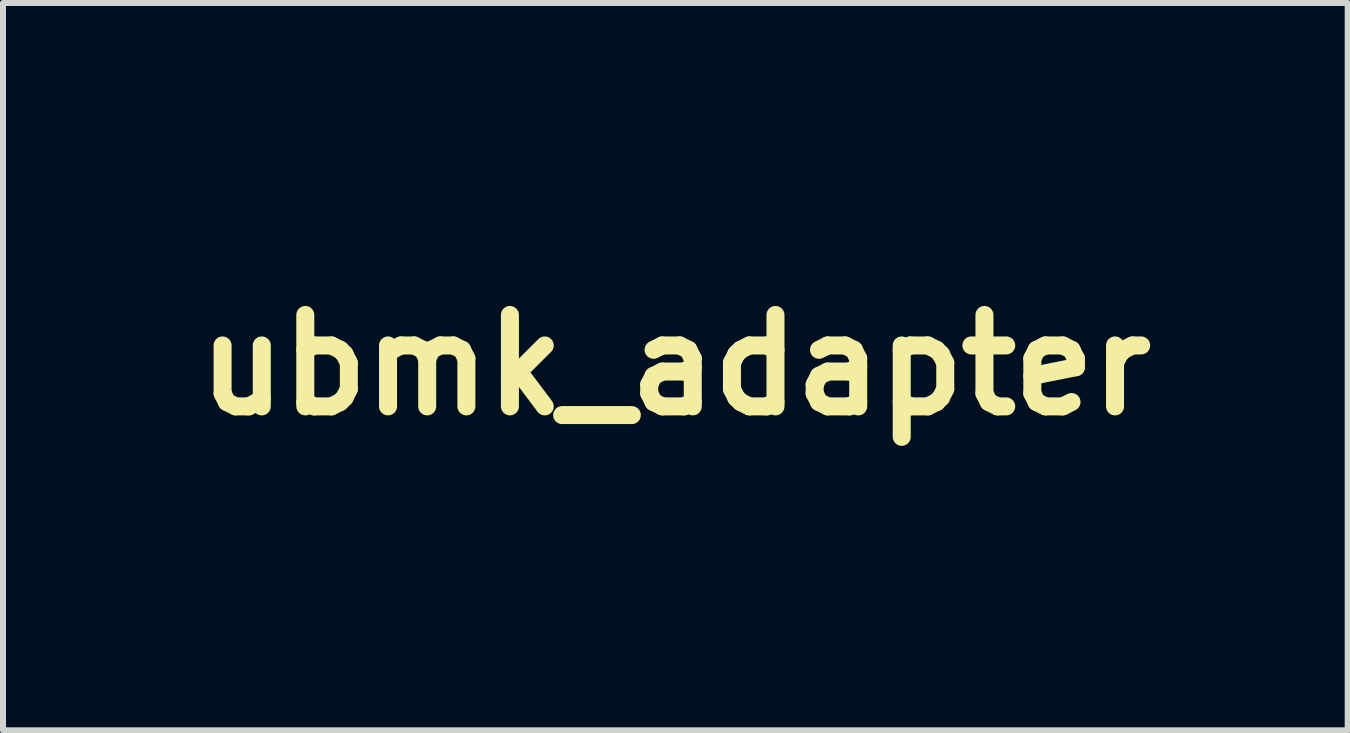
<source format=kicad_pcb>
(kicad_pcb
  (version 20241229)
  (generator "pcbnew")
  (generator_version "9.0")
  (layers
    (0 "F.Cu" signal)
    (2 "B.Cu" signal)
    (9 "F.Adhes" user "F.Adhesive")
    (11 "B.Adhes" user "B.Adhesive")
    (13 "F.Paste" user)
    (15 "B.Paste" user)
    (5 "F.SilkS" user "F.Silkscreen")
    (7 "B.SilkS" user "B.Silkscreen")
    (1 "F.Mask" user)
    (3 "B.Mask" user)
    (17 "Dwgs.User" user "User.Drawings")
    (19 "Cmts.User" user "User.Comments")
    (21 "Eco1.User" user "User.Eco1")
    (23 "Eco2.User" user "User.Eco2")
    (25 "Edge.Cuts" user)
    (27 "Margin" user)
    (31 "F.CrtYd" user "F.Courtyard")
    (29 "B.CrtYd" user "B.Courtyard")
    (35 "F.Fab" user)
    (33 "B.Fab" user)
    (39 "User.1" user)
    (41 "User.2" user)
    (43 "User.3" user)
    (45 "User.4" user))
  (footprint "ubmk_adapter"
    (layer "F.Cu")
    (at 8.208 3.035)
    (property "Reference" "ubmk_adapter" (at 0 0 0) (layer "F.SilkS") (effects (font (size 1.524 1.524) (thickness 0.3))))
    (attr through_hole)
    (fp_poly (pts (xy 1.553 -2.417) (xy 1.573 -2.398) (xy 1.582 -2.37) (xy 1.582 -2.365) (xy 1.574 -2.337) (xy 1.559 -2.321) (xy 1.531 -2.305) (xy 1.506 -2.306) (xy 1.481 -2.324) (xy 1.481 -2.324) (xy 1.463 -2.35) (xy 1.462 -2.375) (xy 1.477 -2.403) (xy 1.477 -2.403) (xy 1.501 -2.421) (xy 1.527 -2.425) (xy 1.553 -2.417)) (stroke (width 0.01) (type solid)) (fill yes) (layer "F.Mask"))
    (fp_poly (pts (xy 3.147 -2.359) (xy 3.17 -2.341) (xy 3.18 -2.32) (xy 3.185 -2.293) (xy 3.179 -2.266) (xy 3.178 -2.263) (xy 3.157 -2.233) (xy 3.13 -2.217) (xy 3.099 -2.216) (xy 3.067 -2.232) (xy 3.058 -2.24) (xy 3.038 -2.268) (xy 3.033 -2.295) (xy 3.045 -2.328) (xy 3.045 -2.328) (xy 3.061 -2.351) (xy 3.083 -2.362) (xy 3.113 -2.364) (xy 3.147 -2.359)) (stroke (width 0.01) (type solid)) (fill yes) (layer "F.Mask"))
    (fp_poly (pts (xy -0.237 -2.716) (xy -0.237 -2.642) (xy -0.237 -2.584) (xy -0.235 -2.54) (xy -0.231 -2.508) (xy -0.224 -2.486) (xy -0.213 -2.472) (xy -0.197 -2.464) (xy -0.175 -2.461) (xy -0.146 -2.461) (xy -0.114 -2.461) (xy -0.026 -2.461) (xy -0.026 -2.311) (xy -0.147 -2.312) (xy -0.194 -2.313) (xy -0.238 -2.316) (xy -0.273 -2.319) (xy -0.296 -2.322) (xy -0.299 -2.323) (xy -0.33 -2.339) (xy -0.363 -2.366) (xy -0.393 -2.398) (xy -0.414 -2.431) (xy -0.421 -2.448) (xy -0.424 -2.468) (xy -0.427 -2.504) (xy -0.429 -2.554) (xy -0.43 -2.615) (xy -0.431 -2.685) (xy -0.431 -2.709) (xy -0.431 -2.936) (xy -0.237 -2.936) (xy -0.237 -2.716)) (stroke (width 0.01) (type solid)) (fill yes) (layer "F.Mask"))
    (fp_poly (pts (xy 3.152 -2.613) (xy 3.183 -2.609) (xy 3.21 -2.601) (xy 3.243 -2.588) (xy 3.245 -2.587) (xy 3.303 -2.552) (xy 3.353 -2.508) (xy 3.389 -2.459) (xy 3.392 -2.453) (xy 3.406 -2.418) (xy 3.408 -2.392) (xy 3.397 -2.369) (xy 3.389 -2.359) (xy 3.362 -2.341) (xy 3.337 -2.341) (xy 3.312 -2.358) (xy 3.309 -2.362) (xy 3.273 -2.402) (xy 3.245 -2.431) (xy 3.224 -2.452) (xy 3.205 -2.465) (xy 3.186 -2.475) (xy 3.165 -2.482) (xy 3.163 -2.482) (xy 3.129 -2.491) (xy 3.102 -2.492) (xy 3.075 -2.487) (xy 3.047 -2.48) (xy 3.022 -2.474) (xy 3.017 -2.472) (xy 2.984 -2.471) (xy 2.957 -2.485) (xy 2.944 -2.505) (xy 2.939 -2.537) (xy 2.949 -2.564) (xy 2.974 -2.586) (xy 3.013 -2.602) (xy 3.065 -2.612) (xy 3.111 -2.614) (xy 3.152 -2.613)) (stroke (width 0.01) (type solid)) (fill yes) (layer "F.Mask"))
    (fp_poly (pts (xy -1.186 2.551) (xy -1.145 2.557) (xy -1.114 2.569) (xy -1.092 2.589) (xy -1.074 2.617) (xy -1.071 2.623) (xy -1.058 2.668) (xy -1.06 2.709) (xy -1.078 2.748) (xy -1.112 2.785) (xy -1.149 2.812) (xy -1.208 2.852) (xy -1.132 2.855) (xy -1.055 2.857) (xy -1.055 2.962) (xy -1.167 2.961) (xy -1.211 2.961) (xy -1.25 2.959) (xy -1.28 2.956) (xy -1.297 2.953) (xy -1.297 2.953) (xy -1.324 2.934) (xy -1.344 2.905) (xy -1.353 2.873) (xy -1.353 2.869) (xy -1.35 2.847) (xy -1.34 2.827) (xy -1.32 2.804) (xy -1.289 2.778) (xy -1.248 2.748) (xy -1.208 2.717) (xy -1.185 2.692) (xy -1.179 2.672) (xy -1.189 2.658) (xy -1.215 2.649) (xy -1.259 2.646) (xy -1.272 2.645) (xy -1.336 2.645) (xy -1.336 2.549) (xy -1.242 2.549) (xy -1.186 2.551)) (stroke (width 0.01) (type solid)) (fill yes) (layer "F.Mask"))
    (fp_poly (pts (xy -0.439 2.551) (xy -0.398 2.557) (xy -0.367 2.569) (xy -0.345 2.589) (xy -0.327 2.617) (xy -0.324 2.623) (xy -0.311 2.668) (xy -0.312 2.709) (xy -0.331 2.748) (xy -0.365 2.785) (xy -0.402 2.812) (xy -0.461 2.852) (xy -0.385 2.855) (xy -0.308 2.857) (xy -0.308 2.962) (xy -0.42 2.961) (xy -0.464 2.961) (xy -0.503 2.959) (xy -0.533 2.956) (xy -0.55 2.953) (xy -0.55 2.953) (xy -0.577 2.934) (xy -0.597 2.905) (xy -0.606 2.873) (xy -0.606 2.869) (xy -0.603 2.847) (xy -0.593 2.827) (xy -0.573 2.804) (xy -0.542 2.778) (xy -0.501 2.748) (xy -0.461 2.717) (xy -0.438 2.692) (xy -0.431 2.672) (xy -0.442 2.658) (xy -0.468 2.649) (xy -0.512 2.646) (xy -0.525 2.645) (xy -0.589 2.645) (xy -0.589 2.549) (xy -0.495 2.549) (xy -0.439 2.551)) (stroke (width 0.01) (type solid)) (fill yes) (layer "F.Mask"))
    (fp_poly (pts (xy 1.292 -2.723) (xy 1.334 -2.716) (xy 1.364 -2.704) (xy 1.387 -2.685) (xy 1.404 -2.657) (xy 1.407 -2.651) (xy 1.421 -2.606) (xy 1.419 -2.565) (xy 1.401 -2.526) (xy 1.366 -2.488) (xy 1.329 -2.461) (xy 1.27 -2.421) (xy 1.347 -2.419) (xy 1.424 -2.416) (xy 1.424 -2.311) (xy 1.312 -2.312) (xy 1.268 -2.313) (xy 1.228 -2.315) (xy 1.198 -2.317) (xy 1.182 -2.32) (xy 1.181 -2.32) (xy 1.155 -2.339) (xy 1.134 -2.368) (xy 1.125 -2.4) (xy 1.125 -2.404) (xy 1.128 -2.426) (xy 1.138 -2.447) (xy 1.158 -2.469) (xy 1.19 -2.495) (xy 1.23 -2.525) (xy 1.27 -2.556) (xy 1.293 -2.581) (xy 1.3 -2.601) (xy 1.29 -2.615) (xy 1.263 -2.624) (xy 1.219 -2.628) (xy 1.207 -2.628) (xy 1.143 -2.628) (xy 1.143 -2.725) (xy 1.236 -2.725) (xy 1.292 -2.723)) (stroke (width 0.01) (type solid)) (fill yes) (layer "F.Mask"))
    (fp_poly (pts (xy 1.245 2.651) (xy 1.281 2.664) (xy 1.321 2.693) (xy 1.35 2.731) (xy 1.365 2.776) (xy 1.368 2.824) (xy 1.357 2.872) (xy 1.331 2.916) (xy 1.326 2.922) (xy 1.294 2.949) (xy 1.256 2.964) (xy 1.216 2.968) (xy 1.18 2.961) (xy 1.159 2.947) (xy 1.151 2.941) (xy 1.146 2.942) (xy 1.144 2.953) (xy 1.143 2.975) (xy 1.143 3.009) (xy 1.143 3.085) (xy 1.027 3.085) (xy 1.03 2.915) (xy 1.032 2.808) (xy 1.143 2.808) (xy 1.15 2.835) (xy 1.168 2.854) (xy 1.192 2.863) (xy 1.217 2.86) (xy 1.235 2.847) (xy 1.248 2.823) (xy 1.249 2.795) (xy 1.24 2.769) (xy 1.222 2.749) (xy 1.198 2.742) (xy 1.18 2.749) (xy 1.162 2.767) (xy 1.147 2.789) (xy 1.143 2.808) (xy 1.032 2.808) (xy 1.033 2.745) (xy 1.058 2.712) (xy 1.095 2.677) (xy 1.141 2.655) (xy 1.193 2.646) (xy 1.245 2.651)) (stroke (width 0.01) (type solid)) (fill yes) (layer "F.Mask"))
    (fp_poly (pts (xy -3.269 -2.733) (xy -3.269 -2.66) (xy -3.268 -2.604) (xy -3.266 -2.56) (xy -3.262 -2.528) (xy -3.256 -2.504) (xy -3.247 -2.488) (xy -3.236 -2.477) (xy -3.22 -2.468) (xy -3.214 -2.465) (xy -3.176 -2.458) (xy -3.142 -2.467) (xy -3.116 -2.489) (xy -3.094 -2.515) (xy -3.094 -2.936) (xy -2.9 -2.936) (xy -2.9 -2.726) (xy -2.901 -2.649) (xy -2.902 -2.586) (xy -2.905 -2.537) (xy -2.909 -2.498) (xy -2.916 -2.467) (xy -2.925 -2.442) (xy -2.937 -2.42) (xy -2.953 -2.399) (xy -2.958 -2.392) (xy -2.997 -2.354) (xy -3.041 -2.328) (xy -3.094 -2.312) (xy -3.159 -2.306) (xy -3.164 -2.306) (xy -3.224 -2.306) (xy -3.27 -2.311) (xy -3.286 -2.315) (xy -3.346 -2.344) (xy -3.396 -2.386) (xy -3.435 -2.441) (xy -3.446 -2.465) (xy -3.451 -2.484) (xy -3.454 -2.519) (xy -3.457 -2.569) (xy -3.459 -2.637) (xy -3.461 -2.714) (xy -3.464 -2.936) (xy -3.269 -2.936) (xy -3.269 -2.733)) (stroke (width 0.01) (type solid)) (fill yes) (layer "F.Mask"))
    (fp_poly (pts (xy 3.219 -2.813) (xy 3.275 -2.799) (xy 3.331 -2.776) (xy 3.361 -2.761) (xy 3.411 -2.731) (xy 3.457 -2.694) (xy 3.5 -2.653) (xy 3.537 -2.611) (xy 3.566 -2.568) (xy 3.586 -2.527) (xy 3.595 -2.492) (xy 3.592 -2.463) (xy 3.588 -2.456) (xy 3.575 -2.444) (xy 3.556 -2.432) (xy 3.539 -2.426) (xy 3.536 -2.426) (xy 3.523 -2.43) (xy 3.509 -2.435) (xy 3.493 -2.448) (xy 3.477 -2.469) (xy 3.475 -2.471) (xy 3.431 -2.541) (xy 3.373 -2.6) (xy 3.305 -2.647) (xy 3.228 -2.68) (xy 3.224 -2.682) (xy 3.165 -2.694) (xy 3.101 -2.697) (xy 3.038 -2.692) (xy 2.983 -2.678) (xy 2.979 -2.677) (xy 2.941 -2.663) (xy 2.914 -2.657) (xy 2.894 -2.659) (xy 2.878 -2.668) (xy 2.87 -2.675) (xy 2.85 -2.703) (xy 2.847 -2.729) (xy 2.86 -2.753) (xy 2.887 -2.775) (xy 2.927 -2.793) (xy 2.979 -2.807) (xy 3.043 -2.816) (xy 3.085 -2.819) (xy 3.157 -2.819) (xy 3.219 -2.813)) (stroke (width 0.01) (type solid)) (fill yes) (layer "F.Mask"))
    (fp_poly (pts (xy 1.415 -0.993) (xy 1.481 -0.993) (xy 1.63 -1.265) (xy 1.786 -1.266) (xy 1.837 -1.265) (xy 1.88 -1.265) (xy 1.914 -1.264) (xy 1.936 -1.263) (xy 1.942 -1.261) (xy 1.938 -1.253) (xy 1.925 -1.232) (xy 1.906 -1.201) (xy 1.882 -1.162) (xy 1.854 -1.118) (xy 1.849 -1.11) (xy 1.821 -1.065) (xy 1.797 -1.026) (xy 1.779 -0.993) (xy 1.768 -0.971) (xy 1.764 -0.96) (xy 1.765 -0.96) (xy 1.791 -0.946) (xy 1.821 -0.923) (xy 1.849 -0.894) (xy 1.86 -0.881) (xy 1.877 -0.854) (xy 1.89 -0.823) (xy 1.899 -0.786) (xy 1.904 -0.738) (xy 1.907 -0.678) (xy 1.907 -0.637) (xy 1.907 -0.519) (xy 1.626 -0.519) (xy 1.626 -0.636) (xy 1.626 -0.685) (xy 1.625 -0.719) (xy 1.622 -0.742) (xy 1.618 -0.758) (xy 1.612 -0.77) (xy 1.608 -0.776) (xy 1.578 -0.8) (xy 1.535 -0.813) (xy 1.478 -0.816) (xy 1.472 -0.816) (xy 1.419 -0.813) (xy 1.417 -0.666) (xy 1.415 -0.519) (xy 1.143 -0.519) (xy 1.143 -1.573) (xy 1.415 -1.573) (xy 1.415 -0.993)) (stroke (width 0.01) (type solid)) (fill yes) (layer "F.Mask"))
    (fp_poly (pts (xy -1.757 -1.057) (xy -1.757 -0.975) (xy -1.755 -0.909) (xy -1.752 -0.86) (xy -1.749 -0.829) (xy -1.746 -0.818) (xy -1.725 -0.783) (xy -1.692 -0.76) (xy -1.656 -0.75) (xy -1.617 -0.752) (xy -1.584 -0.769) (xy -1.558 -0.799) (xy -1.552 -0.809) (xy -1.547 -0.819) (xy -1.544 -0.832) (xy -1.541 -0.85) (xy -1.54 -0.875) (xy -1.539 -0.91) (xy -1.538 -0.957) (xy -1.538 -1.019) (xy -1.538 -1.047) (xy -1.538 -1.266) (xy -1.266 -1.266) (xy -1.266 -1.017) (xy -1.266 -0.935) (xy -1.267 -0.869) (xy -1.268 -0.815) (xy -1.271 -0.773) (xy -1.276 -0.739) (xy -1.283 -0.712) (xy -1.292 -0.689) (xy -1.304 -0.667) (xy -1.318 -0.646) (xy -1.323 -0.639) (xy -1.372 -0.586) (xy -1.433 -0.545) (xy -1.475 -0.526) (xy -1.515 -0.516) (xy -1.567 -0.508) (xy -1.624 -0.504) (xy -1.681 -0.503) (xy -1.731 -0.507) (xy -1.762 -0.513) (xy -1.836 -0.54) (xy -1.901 -0.579) (xy -1.955 -0.629) (xy -1.996 -0.688) (xy -2.002 -0.701) (xy -2.026 -0.751) (xy -2.031 -1.266) (xy -1.758 -1.266) (xy -1.757 -1.057)) (stroke (width 0.01) (type solid)) (fill yes) (layer "F.Mask"))
    (fp_poly (pts (xy 0.606 2.645) (xy 0.508 2.647) (xy 0.409 2.65) (xy 0.409 2.672) (xy 0.41 2.683) (xy 0.415 2.69) (xy 0.427 2.694) (xy 0.451 2.696) (xy 0.48 2.698) (xy 0.519 2.702) (xy 0.545 2.707) (xy 0.566 2.716) (xy 0.583 2.727) (xy 0.611 2.759) (xy 0.627 2.797) (xy 0.629 2.839) (xy 0.62 2.88) (xy 0.598 2.915) (xy 0.566 2.942) (xy 0.553 2.948) (xy 0.529 2.955) (xy 0.497 2.959) (xy 0.452 2.961) (xy 0.409 2.962) (xy 0.299 2.962) (xy 0.299 2.865) (xy 0.39 2.865) (xy 0.435 2.865) (xy 0.464 2.863) (xy 0.483 2.859) (xy 0.495 2.852) (xy 0.496 2.851) (xy 0.508 2.834) (xy 0.504 2.82) (xy 0.484 2.81) (xy 0.447 2.802) (xy 0.421 2.799) (xy 0.383 2.793) (xy 0.349 2.783) (xy 0.335 2.777) (xy 0.305 2.749) (xy 0.288 2.713) (xy 0.282 2.673) (xy 0.289 2.633) (xy 0.307 2.596) (xy 0.336 2.568) (xy 0.338 2.567) (xy 0.352 2.559) (xy 0.368 2.554) (xy 0.39 2.551) (xy 0.42 2.549) (xy 0.464 2.549) (xy 0.487 2.549) (xy 0.606 2.549) (xy 0.606 2.645)) (stroke (width 0.01) (type solid)) (fill yes) (layer "F.Mask"))
    (fp_poly (pts (xy 0.892 2.658) (xy 0.902 2.663) (xy 0.929 2.678) (xy 0.949 2.696) (xy 0.954 2.702) (xy 0.968 2.732) (xy 0.978 2.768) (xy 0.981 2.802) (xy 0.979 2.817) (xy 0.976 2.827) (xy 0.97 2.833) (xy 0.959 2.837) (xy 0.938 2.838) (xy 0.904 2.839) (xy 0.882 2.839) (xy 0.845 2.839) (xy 0.815 2.841) (xy 0.796 2.844) (xy 0.791 2.846) (xy 0.797 2.86) (xy 0.817 2.869) (xy 0.851 2.873) (xy 0.881 2.874) (xy 0.949 2.874) (xy 0.949 2.962) (xy 0.877 2.961) (xy 0.837 2.96) (xy 0.8 2.956) (xy 0.772 2.95) (xy 0.769 2.949) (xy 0.729 2.926) (xy 0.697 2.892) (xy 0.676 2.851) (xy 0.672 2.833) (xy 0.672 2.78) (xy 0.677 2.762) (xy 0.785 2.762) (xy 0.786 2.771) (xy 0.801 2.776) (xy 0.832 2.777) (xy 0.859 2.777) (xy 0.873 2.775) (xy 0.875 2.77) (xy 0.869 2.759) (xy 0.868 2.758) (xy 0.847 2.739) (xy 0.822 2.736) (xy 0.799 2.747) (xy 0.785 2.762) (xy 0.677 2.762) (xy 0.686 2.734) (xy 0.713 2.696) (xy 0.749 2.667) (xy 0.793 2.65) (xy 0.841 2.647) (xy 0.892 2.658)) (stroke (width 0.01) (type solid)) (fill yes) (layer "F.Mask"))
    (fp_poly (pts (xy 3.171 -3.028) (xy 3.24 -3.022) (xy 3.298 -3.011) (xy 3.3 -3.01) (xy 3.36 -2.99) (xy 3.426 -2.96) (xy 3.492 -2.925) (xy 3.552 -2.886) (xy 3.58 -2.865) (xy 3.62 -2.83) (xy 3.66 -2.787) (xy 3.698 -2.742) (xy 3.732 -2.695) (xy 3.76 -2.651) (xy 3.779 -2.613) (xy 3.788 -2.582) (xy 3.788 -2.576) (xy 3.78 -2.55) (xy 3.761 -2.53) (xy 3.735 -2.519) (xy 3.708 -2.52) (xy 3.694 -2.527) (xy 3.68 -2.541) (xy 3.662 -2.566) (xy 3.646 -2.595) (xy 3.617 -2.64) (xy 3.576 -2.69) (xy 3.528 -2.739) (xy 3.478 -2.783) (xy 3.429 -2.818) (xy 3.406 -2.832) (xy 3.335 -2.865) (xy 3.27 -2.887) (xy 3.204 -2.899) (xy 3.131 -2.904) (xy 3.107 -2.904) (xy 3.059 -2.904) (xy 3.023 -2.902) (xy 2.992 -2.897) (xy 2.961 -2.889) (xy 2.925 -2.877) (xy 2.92 -2.876) (xy 2.872 -2.86) (xy 2.838 -2.851) (xy 2.814 -2.849) (xy 2.796 -2.853) (xy 2.781 -2.863) (xy 2.778 -2.867) (xy 2.761 -2.894) (xy 2.761 -2.92) (xy 2.778 -2.945) (xy 2.812 -2.968) (xy 2.861 -2.99) (xy 2.925 -3.009) (xy 2.972 -3.02) (xy 3.031 -3.028) (xy 3.099 -3.03) (xy 3.171 -3.028)) (stroke (width 0.01) (type solid)) (fill yes) (layer "F.Mask"))
    (fp_poly (pts (xy -0.861 -1.204) (xy -0.822 -1.234) (xy -0.771 -1.262) (xy -0.712 -1.278) (xy -0.647 -1.281) (xy -0.581 -1.272) (xy -0.516 -1.251) (xy -0.457 -1.218) (xy -0.431 -1.199) (xy -0.393 -1.158) (xy -0.359 -1.106) (xy -0.333 -1.049) (xy -0.321 -1.011) (xy -0.309 -0.924) (xy -0.313 -0.841) (xy -0.33 -0.763) (xy -0.362 -0.693) (xy -0.406 -0.631) (xy -0.461 -0.579) (xy -0.527 -0.539) (xy -0.603 -0.513) (xy -0.613 -0.511) (xy -0.662 -0.504) (xy -0.718 -0.502) (xy -0.776 -0.504) (xy -0.828 -0.51) (xy -0.852 -0.515) (xy -0.929 -0.544) (xy -0.995 -0.588) (xy -1.051 -0.645) (xy -1.095 -0.715) (xy -1.098 -0.721) (xy -1.129 -0.787) (xy -1.13 -0.888) (xy -0.853 -0.888) (xy -0.845 -0.838) (xy -0.825 -0.797) (xy -0.795 -0.767) (xy -0.757 -0.749) (xy -0.713 -0.745) (xy -0.667 -0.757) (xy -0.658 -0.761) (xy -0.628 -0.786) (xy -0.607 -0.821) (xy -0.595 -0.863) (xy -0.594 -0.907) (xy -0.604 -0.95) (xy -0.626 -0.987) (xy -0.632 -0.994) (xy -0.669 -1.02) (xy -0.709 -1.031) (xy -0.749 -1.029) (xy -0.786 -1.013) (xy -0.817 -0.987) (xy -0.84 -0.95) (xy -0.852 -0.905) (xy -0.853 -0.888) (xy -1.13 -0.888) (xy -1.132 -1.18) (xy -1.135 -1.573) (xy -0.861 -1.573) (xy -0.861 -1.204)) (stroke (width 0.01) (type solid)) (fill yes) (layer "F.Mask"))
    (fp_poly (pts (xy 1.059 -2.619) (xy 1.081 -2.618) (xy 1.09 -2.617) (xy 1.09 -2.617) (xy 1.087 -2.606) (xy 1.08 -2.583) (xy 1.069 -2.55) (xy 1.055 -2.511) (xy 1.041 -2.469) (xy 1.027 -2.428) (xy 1.014 -2.391) (xy 1.003 -2.362) (xy 0.996 -2.344) (xy 0.994 -2.34) (xy 0.978 -2.324) (xy 0.95 -2.31) (xy 0.92 -2.303) (xy 0.911 -2.303) (xy 0.889 -2.307) (xy 0.869 -2.316) (xy 0.85 -2.33) (xy 0.839 -2.344) (xy 0.835 -2.357) (xy 0.826 -2.382) (xy 0.814 -2.417) (xy 0.801 -2.456) (xy 0.786 -2.497) (xy 0.773 -2.537) (xy 0.761 -2.573) (xy 0.752 -2.599) (xy 0.748 -2.615) (xy 0.747 -2.617) (xy 0.755 -2.618) (xy 0.776 -2.619) (xy 0.806 -2.619) (xy 0.808 -2.619) (xy 0.841 -2.618) (xy 0.861 -2.616) (xy 0.87 -2.61) (xy 0.873 -2.604) (xy 0.877 -2.589) (xy 0.883 -2.561) (xy 0.891 -2.526) (xy 0.897 -2.502) (xy 0.905 -2.466) (xy 0.912 -2.439) (xy 0.918 -2.423) (xy 0.92 -2.42) (xy 0.924 -2.43) (xy 0.93 -2.453) (xy 0.937 -2.485) (xy 0.941 -2.502) (xy 0.949 -2.539) (xy 0.956 -2.572) (xy 0.961 -2.594) (xy 0.962 -2.599) (xy 0.966 -2.61) (xy 0.975 -2.616) (xy 0.992 -2.618) (xy 1.022 -2.619) (xy 1.028 -2.619) (xy 1.059 -2.619)) (stroke (width 0.01) (type solid)) (fill yes) (layer "F.Mask"))
    (fp_poly (pts (xy -1.435 -2.935) (xy -1.383 -2.935) (xy -1.344 -2.935) (xy -1.317 -2.933) (xy -1.297 -2.93) (xy -1.281 -2.925) (xy -1.265 -2.917) (xy -1.25 -2.909) (xy -1.205 -2.877) (xy -1.175 -2.839) (xy -1.158 -2.791) (xy -1.153 -2.747) (xy -1.153 -2.702) (xy -1.161 -2.664) (xy -1.177 -2.63) (xy -1.205 -2.598) (xy -1.244 -2.565) (xy -1.298 -2.528) (xy -1.308 -2.523) (xy -1.337 -2.504) (xy -1.358 -2.488) (xy -1.37 -2.478) (xy -1.371 -2.476) (xy -1.363 -2.474) (xy -1.34 -2.472) (xy -1.307 -2.47) (xy -1.265 -2.47) (xy -1.257 -2.47) (xy -1.143 -2.47) (xy -1.143 -2.311) (xy -1.316 -2.312) (xy -1.379 -2.312) (xy -1.426 -2.313) (xy -1.462 -2.315) (xy -1.487 -2.317) (xy -1.505 -2.321) (xy -1.519 -2.326) (xy -1.519 -2.326) (xy -1.556 -2.353) (xy -1.582 -2.39) (xy -1.596 -2.432) (xy -1.595 -2.476) (xy -1.592 -2.49) (xy -1.583 -2.509) (xy -1.569 -2.529) (xy -1.547 -2.551) (xy -1.515 -2.577) (xy -1.473 -2.609) (xy -1.434 -2.636) (xy -1.388 -2.67) (xy -1.357 -2.696) (xy -1.338 -2.717) (xy -1.33 -2.735) (xy -1.333 -2.75) (xy -1.34 -2.76) (xy -1.349 -2.767) (xy -1.36 -2.772) (xy -1.378 -2.775) (xy -1.405 -2.777) (xy -1.445 -2.777) (xy -1.465 -2.777) (xy -1.573 -2.777) (xy -1.573 -2.936) (xy -1.435 -2.935)) (stroke (width 0.01) (type solid)) (fill yes) (layer "F.Mask"))
    (fp_poly (pts (xy -1.965 -2.935) (xy -1.911 -2.935) (xy -1.87 -2.934) (xy -1.839 -2.933) (xy -1.816 -2.931) (xy -1.8 -2.927) (xy -1.787 -2.923) (xy -1.776 -2.918) (xy -1.733 -2.887) (xy -1.704 -2.846) (xy -1.69 -2.796) (xy -1.689 -2.79) (xy -1.688 -2.748) (xy -1.694 -2.715) (xy -1.708 -2.688) (xy -1.724 -2.667) (xy -1.751 -2.636) (xy -1.729 -2.619) (xy -1.702 -2.589) (xy -1.682 -2.548) (xy -1.671 -2.503) (xy -1.67 -2.482) (xy -1.679 -2.431) (xy -1.703 -2.384) (xy -1.744 -2.345) (xy -1.748 -2.343) (xy -1.786 -2.316) (xy -2.022 -2.313) (xy -2.259 -2.31) (xy -2.259 -2.558) (xy -2.057 -2.558) (xy -2.057 -2.46) (xy -1.967 -2.463) (xy -1.926 -2.464) (xy -1.9 -2.466) (xy -1.883 -2.469) (xy -1.873 -2.475) (xy -1.867 -2.485) (xy -1.864 -2.49) (xy -1.856 -2.507) (xy -1.857 -2.519) (xy -1.871 -2.533) (xy -1.875 -2.536) (xy -1.888 -2.547) (xy -1.903 -2.553) (xy -1.924 -2.556) (xy -1.955 -2.557) (xy -1.978 -2.558) (xy -2.057 -2.558) (xy -2.259 -2.558) (xy -2.259 -2.786) (xy -2.057 -2.786) (xy -2.057 -2.698) (xy -1.985 -2.698) (xy -1.945 -2.699) (xy -1.918 -2.703) (xy -1.901 -2.709) (xy -1.897 -2.713) (xy -1.882 -2.734) (xy -1.886 -2.756) (xy -1.895 -2.77) (xy -1.906 -2.778) (xy -1.923 -2.783) (xy -1.949 -2.786) (xy -1.983 -2.786) (xy -2.057 -2.786) (xy -2.259 -2.786) (xy -2.259 -2.936) (xy -2.034 -2.936) (xy -1.965 -2.935)) (stroke (width 0.01) (type solid)) (fill yes) (layer "F.Mask"))
    (fp_poly (pts (xy -0.787 -2.935) (xy -0.733 -2.935) (xy -0.692 -2.934) (xy -0.661 -2.933) (xy -0.639 -2.931) (xy -0.622 -2.927) (xy -0.609 -2.923) (xy -0.598 -2.918) (xy -0.555 -2.887) (xy -0.526 -2.846) (xy -0.512 -2.796) (xy -0.512 -2.79) (xy -0.51 -2.748) (xy -0.516 -2.715) (xy -0.53 -2.688) (xy -0.546 -2.667) (xy -0.573 -2.636) (xy -0.551 -2.619) (xy -0.525 -2.589) (xy -0.505 -2.548) (xy -0.494 -2.503) (xy -0.492 -2.482) (xy -0.501 -2.431) (xy -0.526 -2.384) (xy -0.566 -2.345) (xy -0.57 -2.343) (xy -0.608 -2.316) (xy -0.844 -2.313) (xy -1.081 -2.31) (xy -1.081 -2.558) (xy -0.879 -2.558) (xy -0.879 -2.46) (xy -0.789 -2.463) (xy -0.749 -2.464) (xy -0.722 -2.466) (xy -0.706 -2.469) (xy -0.696 -2.475) (xy -0.689 -2.485) (xy -0.686 -2.49) (xy -0.678 -2.507) (xy -0.68 -2.519) (xy -0.693 -2.533) (xy -0.697 -2.536) (xy -0.711 -2.547) (xy -0.726 -2.553) (xy -0.746 -2.556) (xy -0.777 -2.557) (xy -0.8 -2.558) (xy -0.879 -2.558) (xy -1.081 -2.558) (xy -1.081 -2.786) (xy -0.879 -2.786) (xy -0.879 -2.698) (xy -0.807 -2.698) (xy -0.767 -2.699) (xy -0.74 -2.703) (xy -0.724 -2.709) (xy -0.719 -2.713) (xy -0.705 -2.734) (xy -0.708 -2.756) (xy -0.718 -2.77) (xy -0.728 -2.778) (xy -0.745 -2.783) (xy -0.771 -2.786) (xy -0.806 -2.786) (xy -0.879 -2.786) (xy -1.081 -2.786) (xy -1.081 -2.936) (xy -0.857 -2.936) (xy -0.787 -2.935)) (stroke (width 0.01) (type solid)) (fill yes) (layer "F.Mask"))
    (fp_poly (pts (xy 0.492 -2.786) (xy 0.362 -2.786) (xy 0.307 -2.786) (xy 0.267 -2.784) (xy 0.24 -2.781) (xy 0.223 -2.775) (xy 0.214 -2.766) (xy 0.211 -2.753) (xy 0.211 -2.746) (xy 0.213 -2.73) (xy 0.222 -2.718) (xy 0.239 -2.71) (xy 0.267 -2.704) (xy 0.309 -2.701) (xy 0.353 -2.7) (xy 0.466 -2.696) (xy 0.466 -2.549) (xy 0.349 -2.549) (xy 0.297 -2.548) (xy 0.259 -2.546) (xy 0.235 -2.542) (xy 0.22 -2.535) (xy 0.213 -2.525) (xy 0.211 -2.51) (xy 0.211 -2.508) (xy 0.214 -2.491) (xy 0.224 -2.478) (xy 0.242 -2.47) (xy 0.273 -2.464) (xy 0.316 -2.462) (xy 0.371 -2.461) (xy 0.492 -2.461) (xy 0.492 -2.311) (xy 0.327 -2.311) (xy 0.269 -2.312) (xy 0.225 -2.312) (xy 0.193 -2.313) (xy 0.17 -2.316) (xy 0.152 -2.319) (xy 0.136 -2.325) (xy 0.12 -2.332) (xy 0.117 -2.334) (xy 0.07 -2.366) (xy 0.038 -2.407) (xy 0.022 -2.457) (xy 0.019 -2.474) (xy 0.022 -2.531) (xy 0.038 -2.579) (xy 0.061 -2.61) (xy 0.076 -2.628) (xy 0.079 -2.638) (xy 0.073 -2.647) (xy 0.049 -2.677) (xy 0.033 -2.718) (xy 0.028 -2.764) (xy 0.028 -2.778) (xy 0.039 -2.83) (xy 0.063 -2.873) (xy 0.103 -2.906) (xy 0.115 -2.913) (xy 0.13 -2.921) (xy 0.144 -2.927) (xy 0.16 -2.931) (xy 0.181 -2.933) (xy 0.21 -2.935) (xy 0.25 -2.935) (xy 0.304 -2.935) (xy 0.324 -2.936) (xy 0.492 -2.936) (xy 0.492 -2.786)) (stroke (width 0.01) (type solid)) (fill yes) (layer "F.Mask"))
    (fp_poly (pts (xy -0.778 2.547) (xy -0.734 2.566) (xy -0.699 2.596) (xy -0.693 2.604) (xy -0.685 2.616) (xy -0.679 2.63) (xy -0.675 2.647) (xy -0.673 2.673) (xy -0.672 2.709) (xy -0.672 2.752) (xy -0.672 2.8) (xy -0.673 2.834) (xy -0.675 2.857) (xy -0.679 2.874) (xy -0.685 2.887) (xy -0.694 2.899) (xy -0.696 2.902) (xy -0.72 2.926) (xy -0.748 2.946) (xy -0.753 2.949) (xy -0.79 2.961) (xy -0.834 2.967) (xy -0.876 2.967) (xy -0.899 2.962) (xy -0.937 2.943) (xy -0.971 2.915) (xy -0.995 2.882) (xy -0.996 2.88) (xy -1.003 2.859) (xy -1.008 2.83) (xy -1.01 2.79) (xy -1.011 2.753) (xy -0.896 2.753) (xy -0.896 2.789) (xy -0.893 2.812) (xy -0.888 2.828) (xy -0.877 2.841) (xy -0.875 2.844) (xy -0.856 2.858) (xy -0.84 2.865) (xy -0.839 2.865) (xy -0.824 2.859) (xy -0.805 2.845) (xy -0.804 2.844) (xy -0.793 2.831) (xy -0.786 2.816) (xy -0.783 2.795) (xy -0.782 2.761) (xy -0.782 2.753) (xy -0.784 2.706) (xy -0.791 2.675) (xy -0.804 2.655) (xy -0.824 2.647) (xy -0.839 2.645) (xy -0.864 2.649) (xy -0.881 2.662) (xy -0.891 2.687) (xy -0.896 2.725) (xy -0.896 2.753) (xy -1.011 2.753) (xy -1.011 2.75) (xy -1.01 2.704) (xy -1.008 2.672) (xy -1.005 2.649) (xy -0.999 2.631) (xy -0.991 2.615) (xy -0.961 2.58) (xy -0.922 2.556) (xy -0.875 2.542) (xy -0.826 2.539) (xy -0.778 2.547)) (stroke (width 0.01) (type solid)) (fill yes) (layer "F.Mask"))
    (fp_poly (pts (xy -0.03 2.547) (xy 0.013 2.566) (xy 0.049 2.596) (xy 0.054 2.604) (xy 0.062 2.616) (xy 0.068 2.63) (xy 0.072 2.647) (xy 0.074 2.673) (xy 0.075 2.709) (xy 0.075 2.752) (xy 0.075 2.8) (xy 0.074 2.834) (xy 0.072 2.857) (xy 0.068 2.874) (xy 0.062 2.887) (xy 0.053 2.899) (xy 0.051 2.902) (xy 0.027 2.926) (xy -0.001 2.946) (xy -0.006 2.949) (xy -0.043 2.961) (xy -0.087 2.967) (xy -0.129 2.967) (xy -0.152 2.962) (xy -0.19 2.943) (xy -0.224 2.915) (xy -0.248 2.882) (xy -0.249 2.88) (xy -0.256 2.859) (xy -0.261 2.83) (xy -0.263 2.79) (xy -0.263 2.753) (xy -0.149 2.753) (xy -0.149 2.789) (xy -0.146 2.812) (xy -0.14 2.828) (xy -0.13 2.841) (xy -0.128 2.844) (xy -0.109 2.858) (xy -0.093 2.865) (xy -0.092 2.865) (xy -0.077 2.859) (xy -0.058 2.845) (xy -0.057 2.844) (xy -0.046 2.831) (xy -0.039 2.816) (xy -0.036 2.795) (xy -0.035 2.761) (xy -0.035 2.753) (xy -0.037 2.706) (xy -0.044 2.675) (xy -0.057 2.655) (xy -0.077 2.647) (xy -0.092 2.645) (xy -0.117 2.649) (xy -0.134 2.662) (xy -0.144 2.687) (xy -0.149 2.725) (xy -0.149 2.753) (xy -0.263 2.753) (xy -0.264 2.75) (xy -0.263 2.704) (xy -0.261 2.672) (xy -0.258 2.649) (xy -0.252 2.631) (xy -0.244 2.615) (xy -0.214 2.58) (xy -0.175 2.556) (xy -0.128 2.542) (xy -0.079 2.539) (xy -0.03 2.547)) (stroke (width 0.01) (type solid)) (fill yes) (layer "F.Mask"))
    (fp_poly (pts (xy 1.868 -2.726) (xy 1.912 -2.707) (xy 1.947 -2.677) (xy 1.953 -2.67) (xy 1.961 -2.657) (xy 1.967 -2.644) (xy 1.97 -2.626) (xy 1.972 -2.601) (xy 1.973 -2.564) (xy 1.973 -2.522) (xy 1.973 -2.474) (xy 1.972 -2.44) (xy 1.97 -2.416) (xy 1.966 -2.4) (xy 1.96 -2.387) (xy 1.951 -2.374) (xy 1.949 -2.371) (xy 1.926 -2.347) (xy 1.898 -2.327) (xy 1.892 -2.324) (xy 1.855 -2.312) (xy 1.811 -2.306) (xy 1.769 -2.307) (xy 1.746 -2.311) (xy 1.708 -2.33) (xy 1.674 -2.359) (xy 1.65 -2.392) (xy 1.649 -2.394) (xy 1.642 -2.414) (xy 1.638 -2.443) (xy 1.635 -2.483) (xy 1.635 -2.52) (xy 1.749 -2.52) (xy 1.75 -2.484) (xy 1.752 -2.461) (xy 1.758 -2.445) (xy 1.768 -2.432) (xy 1.771 -2.43) (xy 1.789 -2.415) (xy 1.805 -2.408) (xy 1.806 -2.408) (xy 1.822 -2.414) (xy 1.84 -2.428) (xy 1.842 -2.43) (xy 1.853 -2.443) (xy 1.859 -2.457) (xy 1.862 -2.479) (xy 1.863 -2.512) (xy 1.863 -2.52) (xy 1.861 -2.567) (xy 1.854 -2.599) (xy 1.841 -2.618) (xy 1.821 -2.627) (xy 1.806 -2.628) (xy 1.781 -2.624) (xy 1.764 -2.611) (xy 1.754 -2.586) (xy 1.75 -2.548) (xy 1.749 -2.52) (xy 1.635 -2.52) (xy 1.635 -2.524) (xy 1.635 -2.569) (xy 1.637 -2.601) (xy 1.641 -2.624) (xy 1.647 -2.643) (xy 1.655 -2.658) (xy 1.684 -2.693) (xy 1.724 -2.717) (xy 1.77 -2.731) (xy 1.82 -2.734) (xy 1.868 -2.726)) (stroke (width 0.01) (type solid)) (fill yes) (layer "F.Mask"))
    (fp_poly (pts (xy -2.355 -2.786) (xy -2.491 -2.786) (xy -2.545 -2.786) (xy -2.584 -2.785) (xy -2.61 -2.783) (xy -2.627 -2.779) (xy -2.638 -2.775) (xy -2.64 -2.772) (xy -2.652 -2.756) (xy -2.65 -2.741) (xy -2.637 -2.725) (xy -2.625 -2.716) (xy -2.61 -2.711) (xy -2.586 -2.708) (xy -2.55 -2.707) (xy -2.542 -2.707) (xy -2.501 -2.706) (xy -2.471 -2.703) (xy -2.447 -2.696) (xy -2.421 -2.685) (xy -2.416 -2.683) (xy -2.37 -2.652) (xy -2.343 -2.621) (xy -2.328 -2.598) (xy -2.32 -2.575) (xy -2.317 -2.547) (xy -2.317 -2.525) (xy -2.32 -2.469) (xy -2.332 -2.425) (xy -2.353 -2.388) (xy -2.366 -2.374) (xy -2.385 -2.356) (xy -2.402 -2.342) (xy -2.42 -2.331) (xy -2.443 -2.324) (xy -2.472 -2.319) (xy -2.51 -2.316) (xy -2.56 -2.314) (xy -2.625 -2.313) (xy -2.63 -2.313) (xy -2.812 -2.31) (xy -2.812 -2.461) (xy -2.678 -2.461) (xy -2.617 -2.462) (xy -2.572 -2.464) (xy -2.54 -2.468) (xy -2.52 -2.476) (xy -2.509 -2.487) (xy -2.506 -2.502) (xy -2.507 -2.512) (xy -2.514 -2.532) (xy -2.533 -2.546) (xy -2.565 -2.554) (xy -2.611 -2.557) (xy -2.624 -2.557) (xy -2.691 -2.564) (xy -2.746 -2.582) (xy -2.789 -2.612) (xy -2.819 -2.653) (xy -2.835 -2.705) (xy -2.837 -2.724) (xy -2.835 -2.782) (xy -2.82 -2.831) (xy -2.793 -2.871) (xy -2.773 -2.892) (xy -2.754 -2.907) (xy -2.733 -2.919) (xy -2.708 -2.927) (xy -2.674 -2.932) (xy -2.63 -2.934) (xy -2.573 -2.935) (xy -2.527 -2.936) (xy -2.355 -2.936) (xy -2.355 -2.786)) (stroke (width 0.01) (type solid)) (fill yes) (layer "F.Mask"))
    (fp_poly (pts (xy -2.607 -1.482) (xy -2.571 -1.459) (xy -2.543 -1.431) (xy -2.54 -1.427) (xy -2.518 -1.394) (xy -2.515 -1.031) (xy -2.515 -0.929) (xy -2.515 -0.84) (xy -2.516 -0.767) (xy -2.517 -0.708) (xy -2.519 -0.666) (xy -2.521 -0.64) (xy -2.522 -0.634) (xy -2.543 -0.587) (xy -2.577 -0.551) (xy -2.602 -0.536) (xy -2.611 -0.532) (xy -2.621 -0.528) (xy -2.634 -0.525) (xy -2.652 -0.523) (xy -2.675 -0.521) (xy -2.707 -0.52) (xy -2.748 -0.519) (xy -2.801 -0.519) (xy -2.867 -0.519) (xy -2.947 -0.519) (xy -3.008 -0.519) (xy -3.099 -0.519) (xy -3.174 -0.519) (xy -3.235 -0.519) (xy -3.284 -0.52) (xy -3.321 -0.521) (xy -3.35 -0.522) (xy -3.371 -0.524) (xy -3.387 -0.526) (xy -3.398 -0.529) (xy -3.407 -0.533) (xy -3.41 -0.535) (xy -3.435 -0.552) (xy -3.46 -0.576) (xy -3.467 -0.584) (xy -3.494 -0.617) (xy -3.496 -0.994) (xy -3.497 -1.086) (xy -3.497 -1.162) (xy -3.497 -1.178) (xy -3.182 -1.178) (xy -3.182 -1.012) (xy -3.181 -0.96) (xy -3.18 -0.914) (xy -3.179 -0.877) (xy -3.178 -0.851) (xy -3.176 -0.841) (xy -3.176 -0.841) (xy -3.165 -0.839) (xy -3.141 -0.837) (xy -3.104 -0.836) (xy -3.058 -0.835) (xy -3.006 -0.835) (xy -2.839 -0.835) (xy -2.839 -1.178) (xy -3.182 -1.178) (xy -3.497 -1.178) (xy -3.497 -1.224) (xy -3.497 -1.273) (xy -3.496 -1.311) (xy -3.495 -1.341) (xy -3.493 -1.363) (xy -3.491 -1.38) (xy -3.488 -1.393) (xy -3.484 -1.403) (xy -3.481 -1.41) (xy -3.454 -1.451) (xy -3.427 -1.474) (xy -3.389 -1.499) (xy -3.02 -1.501) (xy -2.652 -1.504) (xy -2.607 -1.482)) (stroke (width 0.01) (type solid)) (fill yes) (layer "F.Mask"))
    (fp_poly (pts (xy 0.947 -0.297) (xy 0.974 -0.274) (xy 0.996 -0.247) (xy 1.002 -0.238) (xy 1.006 -0.229) (xy 1.01 -0.218) (xy 1.013 -0.206) (xy 1.015 -0.189) (xy 1.016 -0.166) (xy 1.018 -0.135) (xy 1.019 -0.095) (xy 1.019 -0.044) (xy 1.019 0.02) (xy 1.019 0.099) (xy 1.02 0.172) (xy 1.019 0.263) (xy 1.019 0.338) (xy 1.019 0.399) (xy 1.019 0.447) (xy 1.018 0.485) (xy 1.016 0.514) (xy 1.015 0.535) (xy 1.012 0.55) (xy 1.009 0.562) (xy 1.006 0.571) (xy 1.001 0.58) (xy 1 0.582) (xy 0.978 0.61) (xy 0.95 0.634) (xy 0.944 0.638) (xy 0.908 0.659) (xy 0.531 0.659) (xy 0.439 0.659) (xy 0.364 0.658) (xy 0.302 0.658) (xy 0.253 0.657) (xy 0.215 0.656) (xy 0.186 0.655) (xy 0.164 0.653) (xy 0.149 0.651) (xy 0.137 0.648) (xy 0.127 0.644) (xy 0.121 0.641) (xy 0.095 0.622) (xy 0.071 0.597) (xy 0.064 0.587) (xy 0.04 0.551) (xy 0.04 0.181) (xy 0.04 0.101) (xy 0.04 0.026) (xy 0.04 0) (xy 0.36 0) (xy 0.36 0.343) (xy 0.703 0.343) (xy 0.703 0) (xy 0.36 0) (xy 0.04 0) (xy 0.041 -0.042) (xy 0.042 -0.102) (xy 0.043 -0.15) (xy 0.044 -0.187) (xy 0.045 -0.208) (xy 0.046 -0.212) (xy 0.061 -0.244) (xy 0.087 -0.275) (xy 0.118 -0.301) (xy 0.126 -0.306) (xy 0.134 -0.309) (xy 0.145 -0.312) (xy 0.16 -0.315) (xy 0.18 -0.317) (xy 0.209 -0.318) (xy 0.246 -0.319) (xy 0.294 -0.32) (xy 0.355 -0.32) (xy 0.429 -0.321) (xy 0.519 -0.321) (xy 0.532 -0.321) (xy 0.911 -0.321) (xy 0.947 -0.297)) (stroke (width 0.01) (type solid)) (fill yes) (layer "F.Mask"))
    (fp_poly (pts (xy 2.898 0.863) (xy 3.284 0.866) (xy 3.316 0.89) (xy 3.331 0.902) (xy 3.344 0.912) (xy 3.354 0.924) (xy 3.362 0.938) (xy 3.368 0.956) (xy 3.372 0.981) (xy 3.376 1.013) (xy 3.378 1.054) (xy 3.38 1.107) (xy 3.381 1.172) (xy 3.381 1.252) (xy 3.382 1.329) (xy 3.383 1.425) (xy 3.383 1.504) (xy 3.382 1.57) (xy 3.381 1.622) (xy 3.38 1.664) (xy 3.377 1.697) (xy 3.373 1.723) (xy 3.368 1.742) (xy 3.361 1.758) (xy 3.353 1.771) (xy 3.343 1.784) (xy 3.343 1.784) (xy 3.332 1.796) (xy 3.323 1.807) (xy 3.312 1.815) (xy 3.298 1.822) (xy 3.28 1.827) (xy 3.256 1.831) (xy 3.225 1.833) (xy 3.184 1.835) (xy 3.132 1.836) (xy 3.068 1.836) (xy 2.99 1.837) (xy 2.895 1.837) (xy 2.89 1.836) (xy 2.798 1.836) (xy 2.722 1.836) (xy 2.66 1.836) (xy 2.61 1.835) (xy 2.572 1.834) (xy 2.542 1.833) (xy 2.52 1.831) (xy 2.504 1.829) (xy 2.493 1.826) (xy 2.483 1.822) (xy 2.477 1.819) (xy 2.449 1.798) (xy 2.425 1.769) (xy 2.422 1.764) (xy 2.399 1.725) (xy 2.399 1.35) (xy 2.399 1.258) (xy 2.4 1.183) (xy 2.4 1.178) (xy 2.716 1.178) (xy 2.716 1.52) (xy 3.059 1.52) (xy 3.059 1.178) (xy 2.716 1.178) (xy 2.4 1.178) (xy 2.4 1.122) (xy 2.4 1.074) (xy 2.401 1.036) (xy 2.402 1.007) (xy 2.404 0.986) (xy 2.407 0.97) (xy 2.41 0.959) (xy 2.413 0.949) (xy 2.418 0.941) (xy 2.419 0.939) (xy 2.441 0.91) (xy 2.469 0.886) (xy 2.475 0.882) (xy 2.512 0.861) (xy 2.898 0.863)) (stroke (width 0.01) (type solid)) (fill yes) (layer "F.Mask"))
    (fp_poly (pts (xy -0.238 -0.299) (xy -0.198 -0.267) (xy -0.179 -0.238) (xy -0.174 -0.228) (xy -0.17 -0.219) (xy -0.166 -0.207) (xy -0.164 -0.193) (xy -0.162 -0.173) (xy -0.16 -0.147) (xy -0.159 -0.112) (xy -0.159 -0.066) (xy -0.158 -0.009) (xy -0.158 0.063) (xy -0.158 0.149) (xy -0.158 0.168) (xy -0.158 0.271) (xy -0.159 0.36) (xy -0.16 0.433) (xy -0.162 0.49) (xy -0.164 0.531) (xy -0.166 0.555) (xy -0.168 0.56) (xy -0.186 0.591) (xy -0.214 0.623) (xy -0.246 0.646) (xy -0.248 0.647) (xy -0.257 0.65) (xy -0.271 0.652) (xy -0.293 0.655) (xy -0.323 0.656) (xy -0.363 0.657) (xy -0.415 0.658) (xy -0.48 0.659) (xy -0.559 0.659) (xy -0.648 0.659) (xy -0.741 0.659) (xy -0.817 0.659) (xy -0.88 0.658) (xy -0.93 0.657) (xy -0.969 0.656) (xy -0.998 0.655) (xy -1.02 0.653) (xy -1.036 0.65) (xy -1.047 0.647) (xy -1.053 0.645) (xy -1.092 0.616) (xy -1.121 0.577) (xy -1.133 0.547) (xy -1.136 0.529) (xy -1.138 0.495) (xy -1.14 0.446) (xy -1.141 0.384) (xy -1.142 0.309) (xy -1.142 0.222) (xy -1.142 0.163) (xy -1.142 0.074) (xy -1.142 0.001) (xy -1.142 0) (xy -0.817 0) (xy -0.817 0.343) (xy -0.475 0.343) (xy -0.475 0) (xy -0.817 0) (xy -1.142 0) (xy -1.142 -0.058) (xy -1.141 -0.104) (xy -1.14 -0.14) (xy -1.138 -0.168) (xy -1.136 -0.188) (xy -1.133 -0.203) (xy -1.13 -0.215) (xy -1.126 -0.224) (xy -1.103 -0.26) (xy -1.072 -0.291) (xy -1.038 -0.311) (xy -1.03 -0.314) (xy -1.016 -0.316) (xy -0.987 -0.317) (xy -0.944 -0.318) (xy -0.89 -0.319) (xy -0.825 -0.32) (xy -0.754 -0.32) (xy -0.676 -0.321) (xy -0.642 -0.321) (xy -0.277 -0.321) (xy -0.238 -0.299)) (stroke (width 0.01) (type solid)) (fill yes) (layer "F.Mask"))
    (fp_poly (pts (xy 0.212 -1.28) (xy 0.287 -1.263) (xy 0.354 -1.235) (xy 0.414 -1.205) (xy 0.454 -1.23) (xy 0.496 -1.251) (xy 0.549 -1.268) (xy 0.606 -1.279) (xy 0.661 -1.283) (xy 0.662 -1.283) (xy 0.745 -1.276) (xy 0.82 -1.256) (xy 0.886 -1.223) (xy 0.941 -1.179) (xy 0.983 -1.123) (xy 1.003 -1.082) (xy 1.009 -1.067) (xy 1.014 -1.052) (xy 1.017 -1.034) (xy 1.02 -1.011) (xy 1.022 -0.982) (xy 1.023 -0.943) (xy 1.025 -0.893) (xy 1.026 -0.829) (xy 1.026 -0.776) (xy 1.03 -0.519) (xy 0.747 -0.519) (xy 0.747 -0.734) (xy 0.747 -0.81) (xy 0.746 -0.87) (xy 0.744 -0.917) (xy 0.74 -0.953) (xy 0.735 -0.978) (xy 0.727 -0.997) (xy 0.716 -1.009) (xy 0.702 -1.019) (xy 0.689 -1.025) (xy 0.648 -1.034) (xy 0.61 -1.027) (xy 0.58 -1.006) (xy 0.559 -0.97) (xy 0.553 -0.952) (xy 0.551 -0.934) (xy 0.549 -0.901) (xy 0.547 -0.856) (xy 0.546 -0.803) (xy 0.545 -0.745) (xy 0.545 -0.718) (xy 0.545 -0.519) (xy 0.272 -0.519) (xy 0.272 -0.739) (xy 0.272 -0.814) (xy 0.271 -0.873) (xy 0.269 -0.919) (xy 0.266 -0.954) (xy 0.261 -0.979) (xy 0.253 -0.997) (xy 0.243 -1.009) (xy 0.229 -1.018) (xy 0.213 -1.025) (xy 0.172 -1.034) (xy 0.135 -1.027) (xy 0.104 -1.004) (xy 0.081 -0.967) (xy 0.08 -0.964) (xy 0.077 -0.947) (xy 0.074 -0.914) (xy 0.072 -0.867) (xy 0.071 -0.808) (xy 0.07 -0.739) (xy 0.07 -0.729) (xy 0.07 -0.519) (xy -0.202 -0.519) (xy -0.202 -0.764) (xy -0.202 -0.837) (xy -0.202 -0.896) (xy -0.201 -0.942) (xy -0.199 -0.977) (xy -0.197 -1.005) (xy -0.194 -1.027) (xy -0.19 -1.046) (xy -0.185 -1.065) (xy -0.184 -1.066) (xy -0.157 -1.128) (xy -0.116 -1.18) (xy -0.064 -1.222) (xy -0.003 -1.254) (xy 0.065 -1.275) (xy 0.137 -1.283) (xy 0.212 -1.28)) (stroke (width 0.01) (type solid)) (fill yes) (layer "F.Mask"))
    (fp_poly (pts (xy -2.911 0.861) (xy -2.833 0.862) (xy -2.768 0.862) (xy -2.717 0.863) (xy -2.676 0.865) (xy -2.644 0.867) (xy -2.62 0.871) (xy -2.603 0.875) (xy -2.589 0.881) (xy -2.578 0.889) (xy -2.569 0.898) (xy -2.56 0.907) (xy -2.549 0.919) (xy -2.54 0.931) (xy -2.533 0.945) (xy -2.527 0.962) (xy -2.522 0.985) (xy -2.519 1.014) (xy -2.516 1.052) (xy -2.515 1.099) (xy -2.514 1.159) (xy -2.514 1.233) (xy -2.514 1.322) (xy -2.514 1.349) (xy -2.514 1.443) (xy -2.514 1.52) (xy -2.515 1.583) (xy -2.516 1.634) (xy -2.518 1.675) (xy -2.521 1.706) (xy -2.525 1.73) (xy -2.531 1.749) (xy -2.538 1.763) (xy -2.546 1.776) (xy -2.557 1.788) (xy -2.56 1.791) (xy -2.57 1.802) (xy -2.58 1.811) (xy -2.591 1.818) (xy -2.605 1.824) (xy -2.624 1.828) (xy -2.649 1.832) (xy -2.682 1.834) (xy -2.724 1.835) (xy -2.778 1.836) (xy -2.845 1.837) (xy -2.926 1.837) (xy -3.008 1.837) (xy -3.388 1.837) (xy -3.425 1.815) (xy -3.462 1.783) (xy -3.48 1.755) (xy -3.484 1.745) (xy -3.488 1.735) (xy -3.491 1.722) (xy -3.493 1.705) (xy -3.495 1.682) (xy -3.496 1.652) (xy -3.497 1.612) (xy -3.498 1.562) (xy -3.498 1.498) (xy -3.498 1.42) (xy -3.498 1.351) (xy -3.498 1.248) (xy -3.497 1.178) (xy -3.182 1.178) (xy -3.182 1.52) (xy -2.839 1.52) (xy -2.839 1.178) (xy -3.182 1.178) (xy -3.497 1.178) (xy -3.497 1.16) (xy -3.496 1.087) (xy -3.494 1.03) (xy -3.492 0.989) (xy -3.49 0.966) (xy -3.489 0.961) (xy -3.47 0.929) (xy -3.442 0.898) (xy -3.41 0.875) (xy -3.408 0.874) (xy -3.4 0.871) (xy -3.385 0.868) (xy -3.364 0.866) (xy -3.334 0.864) (xy -3.293 0.863) (xy -3.241 0.862) (xy -3.176 0.862) (xy -3.097 0.861) (xy -3.006 0.861) (xy -2.911 0.861)) (stroke (width 0.01) (type solid)) (fill yes) (layer "F.Mask"))
    (fp_poly (pts (xy -1.419 -0.301) (xy -1.391 -0.28) (xy -1.367 -0.255) (xy -1.362 -0.248) (xy -1.34 -0.217) (xy -1.338 0.16) (xy -1.337 0.254) (xy -1.337 0.332) (xy -1.337 0.397) (xy -1.338 0.448) (xy -1.339 0.489) (xy -1.341 0.521) (xy -1.345 0.546) (xy -1.35 0.564) (xy -1.356 0.579) (xy -1.364 0.591) (xy -1.373 0.603) (xy -1.383 0.614) (xy -1.389 0.621) (xy -1.395 0.627) (xy -1.401 0.633) (xy -1.408 0.637) (xy -1.418 0.642) (xy -1.431 0.645) (xy -1.449 0.648) (xy -1.472 0.651) (xy -1.501 0.653) (xy -1.538 0.655) (xy -1.583 0.656) (xy -1.637 0.657) (xy -1.702 0.658) (xy -1.778 0.659) (xy -1.866 0.659) (xy -1.967 0.659) (xy -2.083 0.659) (xy -2.214 0.659) (xy -2.361 0.659) (xy -2.419 0.659) (xy -2.57 0.659) (xy -2.705 0.659) (xy -2.824 0.659) (xy -2.929 0.659) (xy -3.02 0.659) (xy -3.099 0.658) (xy -3.166 0.658) (xy -3.222 0.657) (xy -3.268 0.657) (xy -3.306 0.656) (xy -3.336 0.655) (xy -3.36 0.653) (xy -3.378 0.652) (xy -3.391 0.65) (xy -3.401 0.648) (xy -3.407 0.646) (xy -3.413 0.644) (xy -3.414 0.643) (xy -3.455 0.611) (xy -3.482 0.573) (xy -3.489 0.56) (xy -3.491 0.543) (xy -3.493 0.51) (xy -3.495 0.46) (xy -3.497 0.394) (xy -3.498 0.312) (xy -3.498 0.214) (xy -3.498 0.168) (xy -3.498 0.078) (xy -3.498 0.004) (xy -3.498 0) (xy -3.182 0) (xy -3.182 0.166) (xy -3.181 0.218) (xy -3.18 0.264) (xy -3.179 0.301) (xy -3.178 0.326) (xy -3.176 0.337) (xy -3.176 0.337) (xy -3.166 0.338) (xy -3.14 0.339) (xy -3.1 0.339) (xy -3.045 0.34) (xy -2.978 0.34) (xy -2.9 0.341) (xy -2.812 0.341) (xy -2.715 0.341) (xy -2.611 0.341) (xy -2.501 0.341) (xy -2.413 0.341) (xy -1.657 0.338) (xy -1.654 0.169) (xy -1.652 0) (xy -3.182 0) (xy -3.498 0) (xy -3.498 -0.056) (xy -3.497 -0.104) (xy -3.496 -0.141) (xy -3.495 -0.169) (xy -3.493 -0.19) (xy -3.491 -0.205) (xy -3.487 -0.217) (xy -3.483 -0.227) (xy -3.479 -0.236) (xy -3.478 -0.238) (xy -3.447 -0.278) (xy -3.418 -0.299) (xy -3.379 -0.321) (xy -1.455 -0.321) (xy -1.419 -0.301)) (stroke (width 0.01) (type solid)) (fill yes) (layer "F.Mask"))
    (fp_poly (pts (xy 3.004 -1.503) (xy 3.072 -1.502) (xy 3.133 -1.501) (xy 3.186 -1.499) (xy 3.228 -1.497) (xy 3.256 -1.495) (xy 3.265 -1.493) (xy 3.303 -1.475) (xy 3.337 -1.445) (xy 3.364 -1.408) (xy 3.374 -1.382) (xy 3.376 -1.37) (xy 3.377 -1.346) (xy 3.379 -1.309) (xy 3.38 -1.26) (xy 3.381 -1.197) (xy 3.381 -1.12) (xy 3.382 -1.029) (xy 3.382 -0.922) (xy 3.382 -0.8) (xy 3.382 -0.662) (xy 3.382 -0.507) (xy 3.382 -0.398) (xy 3.381 -0.246) (xy 3.381 -0.11) (xy 3.381 0.01) (xy 3.38 0.116) (xy 3.38 0.208) (xy 3.379 0.287) (xy 3.378 0.355) (xy 3.377 0.412) (xy 3.375 0.459) (xy 3.373 0.498) (xy 3.371 0.53) (xy 3.367 0.554) (xy 3.364 0.573) (xy 3.359 0.588) (xy 3.354 0.598) (xy 3.348 0.606) (xy 3.341 0.613) (xy 3.333 0.619) (xy 3.324 0.625) (xy 3.316 0.63) (xy 3.284 0.655) (xy 2.308 0.657) (xy 1.332 0.659) (xy 1.297 0.639) (xy 1.268 0.617) (xy 1.245 0.589) (xy 1.242 0.584) (xy 1.237 0.576) (xy 1.233 0.567) (xy 1.23 0.556) (xy 1.227 0.541) (xy 1.225 0.522) (xy 1.224 0.495) (xy 1.223 0.46) (xy 1.222 0.415) (xy 1.222 0.357) (xy 1.222 0.286) (xy 1.222 0.2) (xy 1.222 0.171) (xy 1.222 0.075) (xy 1.222 0) (xy 1.538 0) (xy 1.538 0.343) (xy 3.059 0.343) (xy 3.059 -1.178) (xy 2.716 -1.178) (xy 2.716 -0.65) (xy 2.716 -0.54) (xy 2.716 -0.447) (xy 2.715 -0.368) (xy 2.715 -0.302) (xy 2.715 -0.249) (xy 2.714 -0.206) (xy 2.713 -0.173) (xy 2.711 -0.147) (xy 2.709 -0.128) (xy 2.707 -0.114) (xy 2.705 -0.103) (xy 2.702 -0.095) (xy 2.699 -0.09) (xy 2.676 -0.053) (xy 2.646 -0.028) (xy 2.617 -0.014) (xy 2.608 -0.011) (xy 2.596 -0.008) (xy 2.578 -0.006) (xy 2.554 -0.004) (xy 2.523 -0.003) (xy 2.482 -0.002) (xy 2.432 -0.001) (xy 2.369 -0.001) (xy 2.293 -0.000299) (xy 2.203 -0.000086) (xy 2.097 -0.000004) (xy 2.061 0) (xy 1.538 0) (xy 1.222 0) (xy 1.222 -0.005) (xy 1.222 -0.071) (xy 1.224 -0.124) (xy 1.226 -0.166) (xy 1.229 -0.199) (xy 1.234 -0.224) (xy 1.24 -0.243) (xy 1.248 -0.258) (xy 1.259 -0.27) (xy 1.272 -0.28) (xy 1.287 -0.291) (xy 1.291 -0.294) (xy 1.329 -0.321) (xy 1.864 -0.323) (xy 2.399 -0.326) (xy 2.399 -0.853) (xy 2.399 -0.963) (xy 2.399 -1.057) (xy 2.4 -1.135) (xy 2.4 -1.201) (xy 2.401 -1.254) (xy 2.401 -1.297) (xy 2.403 -1.33) (xy 2.404 -1.356) (xy 2.406 -1.375) (xy 2.408 -1.389) (xy 2.41 -1.4) (xy 2.414 -1.408) (xy 2.416 -1.413) (xy 2.441 -1.452) (xy 2.473 -1.477) (xy 2.502 -1.49) (xy 2.519 -1.493) (xy 2.552 -1.496) (xy 2.597 -1.498) (xy 2.653 -1.5) (xy 2.717 -1.501) (xy 2.786 -1.502) (xy 2.859 -1.503) (xy 2.932 -1.503) (xy 3.004 -1.503)) (stroke (width 0.01) (type solid)) (fill yes) (layer "F.Mask"))
    (fp_poly (pts (xy 0.936 0.861) (xy 1.09 0.861) (xy 1.23 0.861) (xy 1.357 0.862) (xy 1.472 0.862) (xy 1.575 0.862) (xy 1.667 0.863) (xy 1.749 0.864) (xy 1.82 0.864) (xy 1.883 0.866) (xy 1.937 0.867) (xy 1.983 0.868) (xy 2.022 0.87) (xy 2.055 0.872) (xy 2.081 0.874) (xy 2.103 0.877) (xy 2.119 0.88) (xy 2.132 0.883) (xy 2.142 0.887) (xy 2.148 0.89) (xy 2.153 0.895) (xy 2.157 0.899) (xy 2.16 0.905) (xy 2.162 0.91) (xy 2.166 0.916) (xy 2.169 0.921) (xy 2.193 0.952) (xy 2.193 1.746) (xy 2.169 1.777) (xy 2.165 1.783) (xy 2.162 1.789) (xy 2.159 1.795) (xy 2.156 1.8) (xy 2.152 1.804) (xy 2.147 1.809) (xy 2.14 1.812) (xy 2.13 1.816) (xy 2.116 1.819) (xy 2.099 1.822) (xy 2.076 1.824) (xy 2.048 1.827) (xy 2.015 1.828) (xy 1.974 1.83) (xy 1.926 1.832) (xy 1.871 1.833) (xy 1.806 1.834) (xy 1.733 1.835) (xy 1.649 1.835) (xy 1.555 1.836) (xy 1.449 1.836) (xy 1.332 1.837) (xy 1.202 1.837) (xy 1.059 1.837) (xy 0.903 1.837) (xy 0.732 1.837) (xy 0.545 1.837) (xy 0.343 1.837) (xy 0.125 1.837) (xy -0.063 1.837) (xy -0.292 1.837) (xy -0.505 1.837) (xy -0.701 1.837) (xy -0.881 1.837) (xy -1.047 1.837) (xy -1.198 1.837) (xy -1.336 1.836) (xy -1.461 1.836) (xy -1.573 1.836) (xy -1.674 1.836) (xy -1.764 1.836) (xy -1.843 1.835) (xy -1.913 1.835) (xy -1.974 1.834) (xy -2.026 1.834) (xy -2.071 1.833) (xy -2.108 1.832) (xy -2.139 1.831) (xy -2.165 1.83) (xy -2.185 1.829) (xy -2.201 1.828) (xy -2.213 1.827) (xy -2.222 1.826) (xy -2.228 1.824) (xy -2.233 1.823) (xy -2.237 1.821) (xy -2.238 1.82) (xy -2.261 1.802) (xy -2.285 1.778) (xy -2.291 1.77) (xy -2.316 1.737) (xy -2.319 1.372) (xy -2.319 1.276) (xy -2.32 1.197) (xy -2.319 1.178) (xy -2.004 1.178) (xy -2.004 1.52) (xy 1.881 1.52) (xy 1.881 1.178) (xy -2.004 1.178) (xy -2.319 1.178) (xy -2.319 1.131) (xy -2.318 1.078) (xy -2.317 1.036) (xy -2.314 1.003) (xy -2.31 0.978) (xy -2.305 0.958) (xy -2.299 0.942) (xy -2.291 0.929) (xy -2.282 0.917) (xy -2.279 0.914) (xy -2.275 0.909) (xy -2.272 0.903) (xy -2.269 0.898) (xy -2.266 0.894) (xy -2.262 0.89) (xy -2.256 0.886) (xy -2.248 0.883) (xy -2.236 0.88) (xy -2.222 0.877) (xy -2.203 0.875) (xy -2.179 0.872) (xy -2.15 0.87) (xy -2.114 0.869) (xy -2.072 0.867) (xy -2.022 0.866) (xy -1.963 0.865) (xy -1.897 0.864) (xy -1.82 0.863) (xy -1.734 0.863) (xy -1.636 0.862) (xy -1.528 0.862) (xy -1.407 0.862) (xy -1.274 0.861) (xy -1.127 0.861) (xy -0.966 0.861) (xy -0.791 0.861) (xy -0.6 0.861) (xy -0.393 0.861) (xy -0.17 0.861) (xy -0.061 0.861) (xy 0.171 0.861) (xy 0.386 0.861) (xy 0.585 0.861) (xy 0.768 0.861) (xy 0.936 0.861)) (stroke (width 0.01) (type solid)) (fill yes) (layer "F.Mask"))
    (fp_poly (pts (xy 3.656 -1.976) (xy 3.731 -1.93) (xy 3.793 -1.873) (xy 3.841 -1.806) (xy 3.875 -1.728) (xy 3.876 -1.724) (xy 3.878 -1.717) (xy 3.88 -1.71) (xy 3.882 -1.701) (xy 3.883 -1.691) (xy 3.885 -1.678) (xy 3.886 -1.661) (xy 3.887 -1.64) (xy 3.888 -1.614) (xy 3.889 -1.583) (xy 3.89 -1.545) (xy 3.89 -1.501) (xy 3.891 -1.448) (xy 3.892 -1.387) (xy 3.892 -1.317) (xy 3.892 -1.237) (xy 3.893 -1.146) (xy 3.893 -1.044) (xy 3.893 -0.929) (xy 3.893 -0.802) (xy 3.893 -0.661) (xy 3.893 -0.506) (xy 3.893 -0.336) (xy 3.893 -0.15) (xy 3.893 0.052) (xy 3.893 0.172) (xy 3.893 0.383) (xy 3.893 0.578) (xy 3.893 0.757) (xy 3.893 0.92) (xy 3.893 1.069) (xy 3.893 1.204) (xy 3.893 1.325) (xy 3.893 1.434) (xy 3.893 1.531) (xy 3.892 1.618) (xy 3.892 1.693) (xy 3.891 1.759) (xy 3.891 1.817) (xy 3.89 1.865) (xy 3.889 1.907) (xy 3.888 1.942) (xy 3.888 1.97) (xy 3.886 1.994) (xy 3.885 2.013) (xy 3.884 2.028) (xy 3.882 2.039) (xy 3.881 2.049) (xy 3.879 2.056) (xy 3.877 2.063) (xy 3.877 2.065) (xy 3.846 2.137) (xy 3.8 2.203) (xy 3.743 2.26) (xy 3.678 2.306) (xy 3.606 2.338) (xy 3.576 2.346) (xy 3.563 2.347) (xy 3.533 2.348) (xy 3.486 2.349) (xy 3.42 2.349) (xy 3.337 2.35) (xy 3.237 2.351) (xy 3.119 2.351) (xy 2.984 2.352) (xy 2.831 2.352) (xy 2.66 2.353) (xy 2.473 2.353) (xy 2.267 2.353) (xy 2.044 2.354) (xy 1.804 2.354) (xy 1.546 2.354) (xy 1.271 2.354) (xy 0.978 2.355) (xy 0.668 2.355) (xy 0.341 2.355) (xy -0.004 2.355) (xy -0.062 2.355) (xy -0.365 2.355) (xy -0.651 2.355) (xy -0.921 2.354) (xy -1.175 2.354) (xy -1.413 2.354) (xy -1.636 2.354) (xy -1.844 2.354) (xy -2.038 2.354) (xy -2.218 2.354) (xy -2.386 2.354) (xy -2.54 2.353) (xy -2.682 2.353) (xy -2.813 2.353) (xy -2.932 2.352) (xy -3.041 2.352) (xy -3.139 2.352) (xy -3.227 2.351) (xy -3.307 2.351) (xy -3.377 2.35) (xy -3.439 2.35) (xy -3.493 2.349) (xy -3.54 2.349) (xy -3.58 2.348) (xy -3.613 2.347) (xy -3.641 2.346) (xy -3.663 2.345) (xy -3.681 2.345) (xy -3.694 2.344) (xy -3.703 2.343) (xy -3.708 2.342) (xy -3.784 2.312) (xy -3.852 2.269) (xy -3.911 2.213) (xy -3.958 2.148) (xy -3.992 2.074) (xy -4.007 2.018) (xy -4.008 2.003) (xy -4.009 1.971) (xy -4.01 1.924) (xy -4.011 1.862) (xy -4.012 1.787) (xy -4.013 1.7) (xy -4.014 1.601) (xy -4.014 1.491) (xy -4.015 1.372) (xy -4.015 1.245) (xy -4.016 1.11) (xy -4.016 0.969) (xy -4.016 0.823) (xy -4.017 0.673) (xy -4.017 0.519) (xy -4.017 0.363) (xy -4.017 0.205) (xy -4.017 0.048) (xy -4.017 -0.109) (xy -4.017 -0.264) (xy -4.017 -0.416) (xy -4.016 -0.565) (xy -4.016 -0.708) (xy -4.015 -0.845) (xy -4.015 -0.976) (xy -4.014 -1.099) (xy -4.014 -1.212) (xy -4.013 -1.316) (xy -4.012 -1.408) (xy -4.012 -1.489) (xy -4.011 -1.557) (xy -4.01 -1.61) (xy -4.009 -1.634) (xy -3.691 -1.634) (xy -3.691 0.17) (xy -3.691 0.38) (xy -3.691 0.574) (xy -3.691 0.751) (xy -3.691 0.913) (xy -3.691 1.06) (xy -3.691 1.193) (xy -3.691 1.313) (xy -3.69 1.421) (xy -3.69 1.516) (xy -3.69 1.6) (xy -3.689 1.674) (xy -3.689 1.737) (xy -3.688 1.792) (xy -3.687 1.838) (xy -3.687 1.877) (xy -3.686 1.909) (xy -3.685 1.934) (xy -3.684 1.954) (xy -3.682 1.969) (xy -3.681 1.98) (xy -3.68 1.987) (xy -3.678 1.992) (xy -3.677 1.994) (xy -3.675 1.998) (xy -3.673 2.001) (xy -3.672 2.004) (xy -3.67 2.008) (xy -3.668 2.01) (xy -3.664 2.013) (xy -3.659 2.016) (xy -3.651 2.018) (xy -3.64 2.02) (xy -3.626 2.022) (xy -3.608 2.024) (xy -3.586 2.026) (xy -3.558 2.027) (xy -3.526 2.029) (xy -3.488 2.03) (xy -3.443 2.031) (xy -3.391 2.032) (xy -3.332 2.033) (xy -3.266 2.034) (xy -3.19 2.035) (xy -3.106 2.035) (xy -3.013 2.036) (xy -2.91 2.036) (xy -2.796 2.037) (xy -2.672 2.037) (xy -2.536 2.037) (xy -2.388 2.037) (xy -2.228 2.037) (xy -2.055 2.037) (xy -1.868 2.037) (xy -1.668 2.037) (xy -1.453 2.037) (xy -1.223 2.037) (xy -0.978 2.037) (xy -0.717 2.037) (xy -0.44 2.037) (xy -0.146 2.037) (xy -0.046 2.037) (xy 3.515 2.035) (xy 3.544 2.006) (xy 3.573 1.977) (xy 3.575 0.18) (xy 3.575 -0.032) (xy 3.576 -0.227) (xy 3.576 -0.406) (xy 3.576 -0.569) (xy 3.576 -0.718) (xy 3.576 -0.852) (xy 3.576 -0.973) (xy 3.576 -1.082) (xy 3.576 -1.178) (xy 3.575 -1.264) (xy 3.574 -1.339) (xy 3.574 -1.404) (xy 3.573 -1.46) (xy 3.571 -1.507) (xy 3.57 -1.547) (xy 3.568 -1.58) (xy 3.566 -1.606) (xy 3.563 -1.628) (xy 3.56 -1.644) (xy 3.557 -1.656) (xy 3.554 -1.664) (xy 3.55 -1.67) (xy 3.546 -1.674) (xy 3.541 -1.677) (xy 3.536 -1.679) (xy 3.53 -1.68) (xy 3.525 -1.683) (xy 3.521 -1.684) (xy 3.515 -1.685) (xy 3.505 -1.686) (xy 3.492 -1.687) (xy 3.474 -1.688) (xy 3.451 -1.689) (xy 3.424 -1.69) (xy 3.39 -1.69) (xy 3.35 -1.691) (xy 3.303 -1.691) (xy 3.249 -1.692) (xy 3.188 -1.692) (xy 3.118 -1.693) (xy 3.039 -1.693) (xy 2.951 -1.694) (xy 2.853 -1.694) (xy 2.745 -1.694) (xy 2.627 -1.694) (xy 2.497 -1.695) (xy 2.355 -1.695) (xy 2.201 -1.695) (xy 2.035 -1.695) (xy 1.855 -1.695) (xy 1.661 -1.695) (xy 1.454 -1.695) (xy 1.231 -1.695) (xy 0.994 -1.695) (xy 0.741 -1.695) (xy 0.471 -1.694) (xy 0.185 -1.694) (xy -0.071 -1.694) (xy -3.64 -1.692) (xy -3.666 -1.663) (xy -3.691 -1.634) (xy -4.009 -1.634) (xy -4.009 -1.648) (xy -4.008 -1.671) (xy -4.007 -1.675) (xy -3.984 -1.755) (xy -3.945 -1.827) (xy -3.893 -1.891) (xy -3.828 -1.945) (xy -3.773 -1.976) (xy -3.705 -2.008) (xy 3.59 -2.008) (xy 3.656 -1.976)) (stroke (width 0.01) (type solid)) (fill yes) (layer "F.Mask")))
  (gr_rect
    (start -3 -3)
    (end 19.416 9.125)
    (stroke (width 0.1) (type default))
    (fill no)
    (layer "Edge.Cuts")))
</source>
